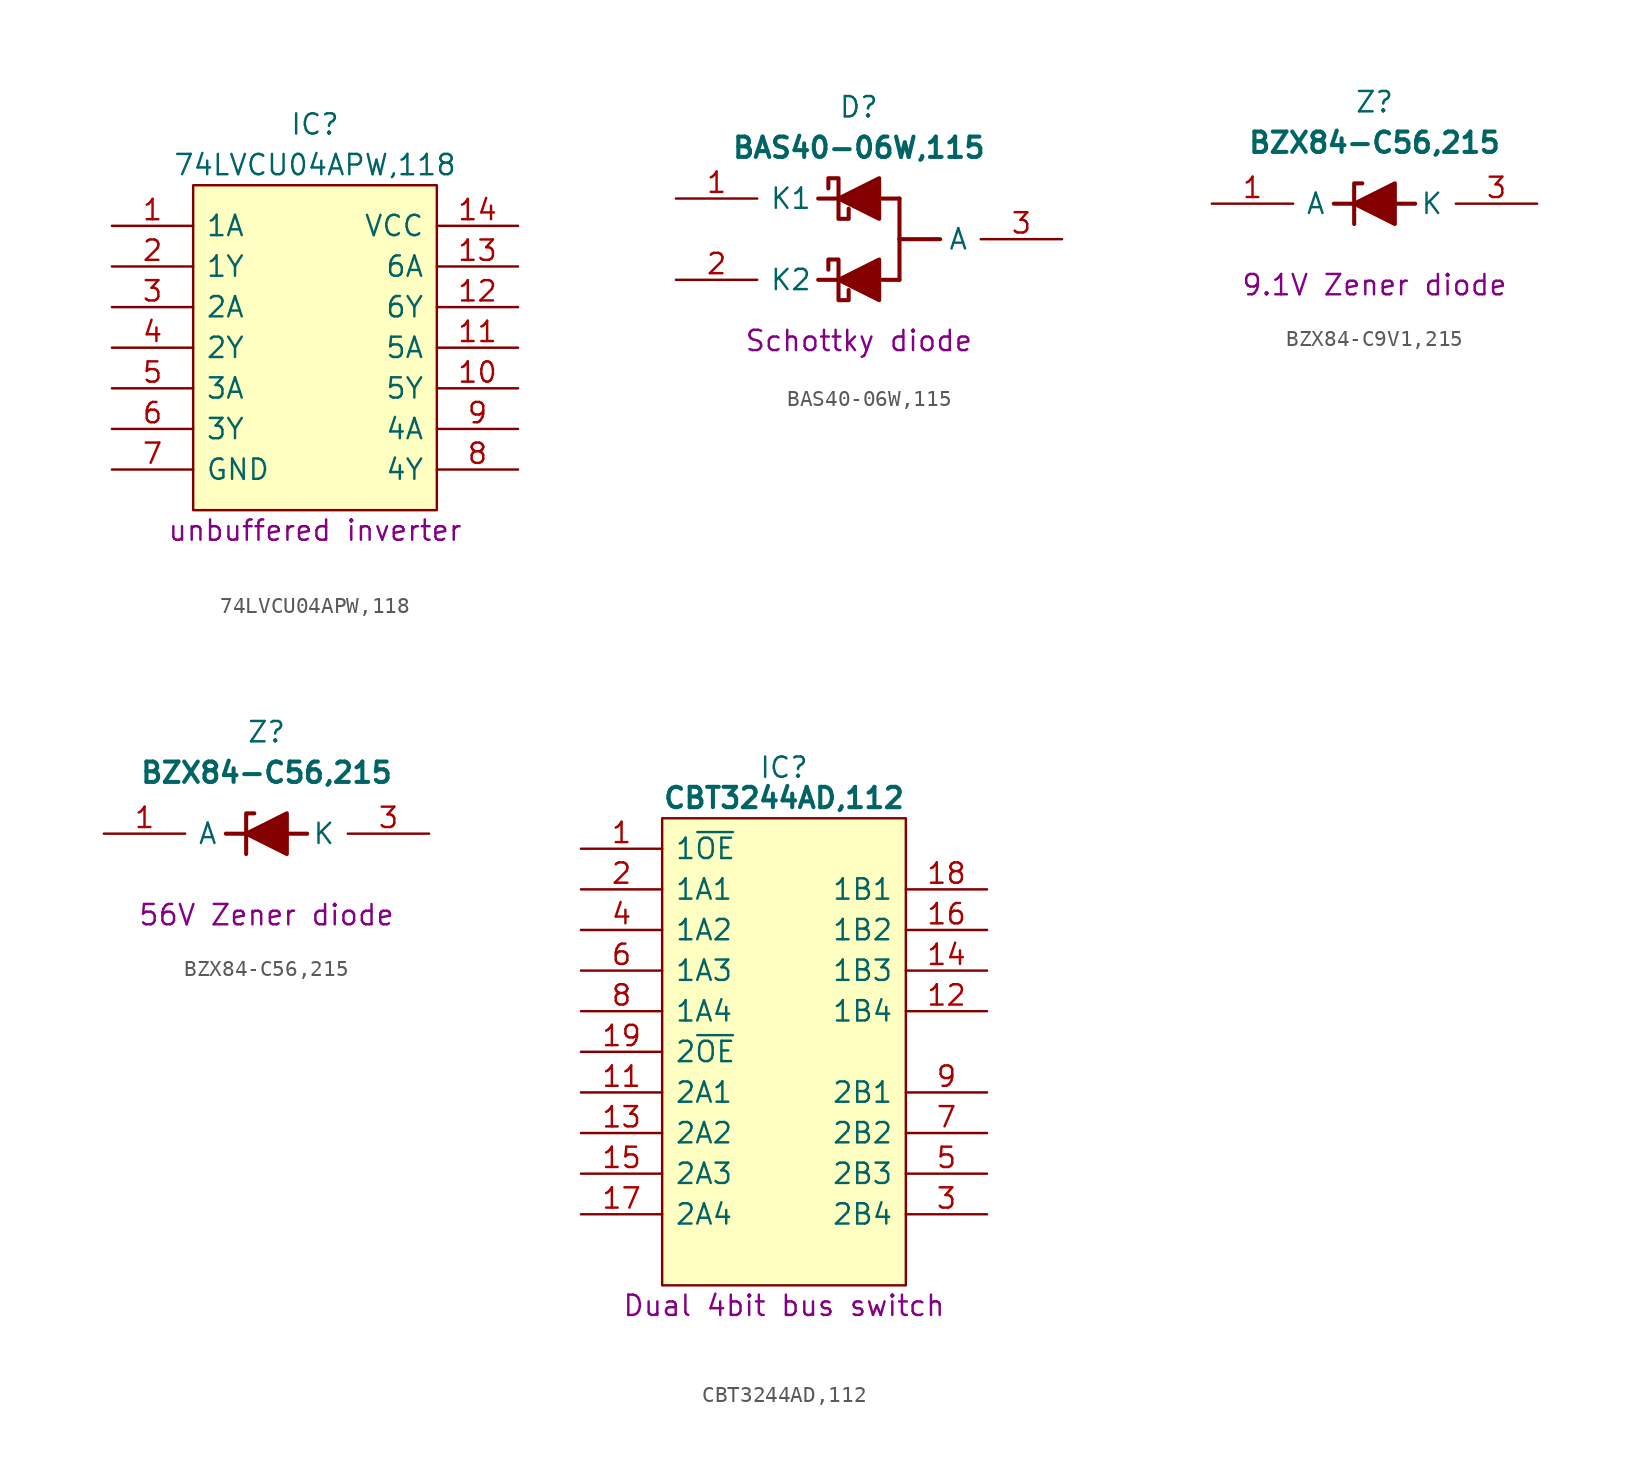
<source format=kicad_sym>
(kicad_symbol_lib
  (version 20231120)
  (generator "kicad_symbol_editor")
  (generator_version "8.0")
  (symbol "74LVCU04APW,118"
    (pin_names
      (offset 0.762))
    (property "Reference" "IC"
      (at 12.7 6.35 0)
      (effects (font (size 1.27 1.27))))
    (property "Value" "74LVCU04APW,118"
      (at 12.7 3.81 0)
      (effects (font (size 1.27 1.27))))
    (property "Description" "unbuffered inverter"
      (at 12.7 -19.05 0)
      (effects (font (size 1.27 1.27))))
    (symbol "74LVCU04APW,118_0_0"
      (pin passive line (at 0 0 0) (length 5.08) (name "1A" (effects (font (size 1.27 1.27)))) (number "1" (effects (font (size 1.27 1.27)))))
      (pin passive line (at 25.4 -10.16 180) (length 5.08) (name "5Y" (effects (font (size 1.27 1.27)))) (number "10" (effects (font (size 1.27 1.27)))))
      (pin passive line (at 25.4 -7.62 180) (length 5.08) (name "5A" (effects (font (size 1.27 1.27)))) (number "11" (effects (font (size 1.27 1.27)))))
      (pin passive line (at 25.4 -5.08 180) (length 5.08) (name "6Y" (effects (font (size 1.27 1.27)))) (number "12" (effects (font (size 1.27 1.27)))))
      (pin passive line (at 25.4 -2.54 180) (length 5.08) (name "6A" (effects (font (size 1.27 1.27)))) (number "13" (effects (font (size 1.27 1.27)))))
      (pin passive line (at 25.4 0 180) (length 5.08) (name "VCC" (effects (font (size 1.27 1.27)))) (number "14" (effects (font (size 1.27 1.27)))))
      (pin passive line (at 0 -2.54 0) (length 5.08) (name "1Y" (effects (font (size 1.27 1.27)))) (number "2" (effects (font (size 1.27 1.27)))))
      (pin passive line (at 0 -5.08 0) (length 5.08) (name "2A" (effects (font (size 1.27 1.27)))) (number "3" (effects (font (size 1.27 1.27)))))
      (pin passive line (at 0 -7.62 0) (length 5.08) (name "2Y" (effects (font (size 1.27 1.27)))) (number "4" (effects (font (size 1.27 1.27)))))
      (pin passive line (at 0 -10.16 0) (length 5.08) (name "3A" (effects (font (size 1.27 1.27)))) (number "5" (effects (font (size 1.27 1.27)))))
      (pin passive line (at 0 -12.7 0) (length 5.08) (name "3Y" (effects (font (size 1.27 1.27)))) (number "6" (effects (font (size 1.27 1.27)))))
      (pin passive line (at 0 -15.24 0) (length 5.08) (name "GND" (effects (font (size 1.27 1.27)))) (number "7" (effects (font (size 1.27 1.27)))))
      (pin passive line (at 25.4 -15.24 180) (length 5.08) (name "4Y" (effects (font (size 1.27 1.27)))) (number "8" (effects (font (size 1.27 1.27)))))
      (pin passive line (at 25.4 -12.7 180) (length 5.08) (name "4A" (effects (font (size 1.27 1.27)))) (number "9" (effects (font (size 1.27 1.27))))))
    (symbol "74LVCU04APW,118_0_1"
      (polyline (pts (xy 5.08 2.54) (xy 20.32 2.54) (xy 20.32 -17.78) (xy 5.08 -17.78) (xy 5.08 2.54)) (stroke (width 0.152) (type default)) (fill (type background)))))
  (symbol "BAS40-06W,115"
    (pin_names
      (offset 0.762))
    (property "Reference" "D"
      (at 2.54 -5.715 0)
      (effects (font (size 1.27 1.27))))
    (property "Value" "BAS40-06W,115"
      (at 2.54 -8.255 0)
      (effects (font (size 1.27 1.27) (thickness 0.254) (bold yes))))
    (property "Description" "Schottky diode"
      (at 2.54 -20.32 0)
      (effects (font (size 1.27 1.27))))
    (symbol "BAS40-06W,115_0_0"
      (pin passive line (at -8.89 -11.43 0) (length 5.08) (name "K1" (effects (font (size 1.27 1.27)))) (number "1" (effects (font (size 1.27 1.27)))))
      (pin passive line (at -8.89 -16.51 0) (length 5.08) (name "K2" (effects (font (size 1.27 1.27)))) (number "2" (effects (font (size 1.27 1.27))))))
    (symbol "BAS40-06W,115_0_1"
      (polyline (pts (xy 3.81 -16.51) (xy 1.27 -16.51)) (stroke (width 0) (type default)) (fill (type none)))
      (polyline (pts (xy 3.81 -11.43) (xy 1.27 -11.43)) (stroke (width 0) (type default)) (fill (type none)))
      (polyline (pts (xy 3.81 -15.24) (xy 3.81 -17.78) (xy 1.27 -16.51) (xy 3.81 -15.24)) (stroke (width 0.254) (type default)) (fill (type outline)))
      (polyline (pts (xy 3.81 -10.16) (xy 3.81 -12.7) (xy 1.27 -11.43) (xy 3.81 -10.16)) (stroke (width 0.254) (type default)) (fill (type outline)))
      (polyline (pts (xy 0.635 -15.875) (xy 0.635 -15.24) (xy 1.27 -15.24) (xy 1.27 -17.78) (xy 1.905 -17.78) (xy 1.905 -17.145)) (stroke (width 0.254) (type default)) (fill (type none)))
      (polyline (pts (xy 0.635 -10.795) (xy 0.635 -10.16) (xy 1.27 -10.16) (xy 1.27 -12.7) (xy 1.905 -12.7) (xy 1.905 -12.065)) (stroke (width 0.254) (type default)) (fill (type none))))
    (symbol "BAS40-06W,115_1_0"
      (pin passive line (at 15.24 -13.97 180) (length 5.08) (name "A" (effects (font (size 1.27 1.27)))) (number "3" (effects (font (size 1.27 1.27))))))
    (symbol "BAS40-06W,115_1_1"
      (polyline (pts (xy 1.27 -16.51) (xy 0 -16.51)) (stroke (width 0.254) (type default)) (fill (type none)))
      (polyline (pts (xy 1.27 -11.43) (xy 0 -11.43)) (stroke (width 0.254) (type default)) (fill (type none)))
      (polyline (pts (xy 5.08 -16.51) (xy 3.81 -16.51)) (stroke (width 0.254) (type default)) (fill (type none)))
      (polyline (pts (xy 5.08 -13.97) (xy 5.08 -16.51)) (stroke (width 0.254) (type default)) (fill (type none)))
      (polyline (pts (xy 5.08 -11.43) (xy 3.81 -11.43)) (stroke (width 0.254) (type default)) (fill (type none)))
      (polyline (pts (xy 5.08 -11.43) (xy 5.08 -13.97)) (stroke (width 0.254) (type default)) (fill (type none)))
      (polyline (pts (xy 7.62 -13.97) (xy 5.08 -13.97)) (stroke (width 0.254) (type default)) (fill (type none)))))
  (symbol "BZX84-C9V1,215"
    (pin_names
      (offset 0.762))
    (property "Reference" "Z"
      (at 10.16 6.35 0)
      (effects (font (size 1.27 1.27))))
    (property "Value" "BZX84-C56,215"
      (at 10.16 3.81 0)
      (effects (font (size 1.27 1.27) (thickness 0.254) (bold yes))))
    (property "Description" "9.1V Zener diode"
      (at 10.16 -5.08 0)
      (effects (font (size 1.27 1.27))))
    (symbol "BZX84-C9V1,215_0_0"
      (pin passive line (at 0 0 0) (length 5.08) (name "A" (effects (font (size 1.27 1.27)))) (number "1" (effects (font (size 1.27 1.27)))))
      (pin passive line (at 20.32 0 180) (length 5.08) (name "K" (effects (font (size 1.27 1.27)))) (number "3" (effects (font (size 1.27 1.27))))))
    (symbol "BZX84-C9V1,215_0_1"
      (polyline (pts (xy 11.43 0) (xy 8.89 0)) (stroke (width 0) (type default)) (fill (type none)))
      (polyline (pts (xy 8.89 -1.27) (xy 8.89 1.27) (xy 9.398 1.27)) (stroke (width 0.254) (type default)) (fill (type none)))
      (polyline (pts (xy 11.43 -1.27) (xy 11.43 1.27) (xy 8.89 0) (xy 11.43 -1.27)) (stroke (width 0.254) (type default)) (fill (type outline))))
    (symbol "BZX84-C9V1,215_1_0"
      (pin no_connect line (at 0 -2.54 0) (length 5.08) hide (name "N.C." (effects (font (size 1.27 1.27)))) (number "2" (effects (font (size 1.27 1.27))))))
    (symbol "BZX84-C9V1,215_1_1"
      (polyline (pts (xy 8.89 0) (xy 7.62 0)) (stroke (width 0.254) (type default)) (fill (type none)))
      (polyline (pts (xy 12.7 0) (xy 11.43 0)) (stroke (width 0.254) (type default)) (fill (type none)))))
  (symbol "BZX84-C56,215"
    (pin_names
      (offset 0.762))
    (property "Reference" "Z"
      (at 10.16 6.35 0)
      (effects (font (size 1.27 1.27))))
    (property "Value" "BZX84-C56,215"
      (at 10.16 3.81 0)
      (effects (font (size 1.27 1.27) (thickness 0.254) (bold yes))))
    (property "Description" "56V Zener diode"
      (at 10.16 -5.08 0)
      (effects (font (size 1.27 1.27))))
    (symbol "BZX84-C56,215_0_0"
      (pin passive line (at 0 0 0) (length 5.08) (name "A" (effects (font (size 1.27 1.27)))) (number "1" (effects (font (size 1.27 1.27)))))
      (pin passive line (at 20.32 0 180) (length 5.08) (name "K" (effects (font (size 1.27 1.27)))) (number "3" (effects (font (size 1.27 1.27))))))
    (symbol "BZX84-C56,215_0_1"
      (polyline (pts (xy 11.43 0) (xy 8.89 0)) (stroke (width 0) (type default)) (fill (type none)))
      (polyline (pts (xy 8.89 -1.27) (xy 8.89 1.27) (xy 9.398 1.27)) (stroke (width 0.254) (type default)) (fill (type none)))
      (polyline (pts (xy 11.43 -1.27) (xy 11.43 1.27) (xy 8.89 0) (xy 11.43 -1.27)) (stroke (width 0.254) (type default)) (fill (type outline))))
    (symbol "BZX84-C56,215_1_0"
      (pin no_connect line (at 0 -2.54 0) (length 5.08) hide (name "N.C." (effects (font (size 1.27 1.27)))) (number "2" (effects (font (size 1.27 1.27))))))
    (symbol "BZX84-C56,215_1_1"
      (polyline (pts (xy 8.89 0) (xy 7.62 0)) (stroke (width 0.254) (type default)) (fill (type none)))
      (polyline (pts (xy 12.7 0) (xy 11.43 0)) (stroke (width 0.254) (type default)) (fill (type none)))))
  (symbol "CBT3244AD,112"
    (pin_names
      (offset 0.762))
    (property "Reference" "IC"
      (at 12.7 5.08 0)
      (effects (font (size 1.27 1.27))))
    (property "Value" "CBT3244AD,112"
      (at 12.7 3.175 0)
      (effects (font (size 1.27 1.27) (bold yes))))
    (property "Description" "Dual 4bit bus switch"
      (at 12.7 -28.575 0)
      (effects (font (size 1.27 1.27))))
    (symbol "CBT3244AD,112_0_0"
      (pin input line (at 0 0 0) (length 5.08) (name "1~{OE}" (effects (font (size 1.27 1.27)))) (number "1" (effects (font (size 1.27 1.27)))))
      (pin passive line (at 0 -25.4 0) (length 5.08) hide (name "GND" (effects (font (size 1.27 1.27)))) (number "10" (effects (font (size 1.27 1.27)))))
      (pin passive line (at 0 -15.24 0) (length 5.08) (name "2A1" (effects (font (size 1.27 1.27)))) (number "11" (effects (font (size 1.27 1.27)))))
      (pin passive line (at 25.4 -10.16 180) (length 5.08) (name "1B4" (effects (font (size 1.27 1.27)))) (number "12" (effects (font (size 1.27 1.27)))))
      (pin passive line (at 0 -17.78 0) (length 5.08) (name "2A2" (effects (font (size 1.27 1.27)))) (number "13" (effects (font (size 1.27 1.27)))))
      (pin passive line (at 25.4 -7.62 180) (length 5.08) (name "1B3" (effects (font (size 1.27 1.27)))) (number "14" (effects (font (size 1.27 1.27)))))
      (pin passive line (at 0 -20.32 0) (length 5.08) (name "2A3" (effects (font (size 1.27 1.27)))) (number "15" (effects (font (size 1.27 1.27)))))
      (pin passive line (at 25.4 -5.08 180) (length 5.08) (name "1B2" (effects (font (size 1.27 1.27)))) (number "16" (effects (font (size 1.27 1.27)))))
      (pin passive line (at 0 -22.86 0) (length 5.08) (name "2A4" (effects (font (size 1.27 1.27)))) (number "17" (effects (font (size 1.27 1.27)))))
      (pin passive line (at 25.4 -2.54 180) (length 5.08) (name "1B1" (effects (font (size 1.27 1.27)))) (number "18" (effects (font (size 1.27 1.27)))))
      (pin input line (at 0 -12.7 0) (length 5.08) (name "2~{OE}" (effects (font (size 1.27 1.27)))) (number "19" (effects (font (size 1.27 1.27)))))
      (pin passive line (at 0 -2.54 0) (length 5.08) (name "1A1" (effects (font (size 1.27 1.27)))) (number "2" (effects (font (size 1.27 1.27)))))
      (pin passive line (at 25.4 0 180) (length 5.08) hide (name "5V" (effects (font (size 1.27 1.27)))) (number "20" (effects (font (size 1.27 1.27)))))
      (pin passive line (at 25.4 -22.86 180) (length 5.08) (name "2B4" (effects (font (size 1.27 1.27)))) (number "3" (effects (font (size 1.27 1.27)))))
      (pin passive line (at 0 -5.08 0) (length 5.08) (name "1A2" (effects (font (size 1.27 1.27)))) (number "4" (effects (font (size 1.27 1.27)))))
      (pin passive line (at 25.4 -20.32 180) (length 5.08) (name "2B3" (effects (font (size 1.27 1.27)))) (number "5" (effects (font (size 1.27 1.27)))))
      (pin passive line (at 0 -7.62 0) (length 5.08) (name "1A3" (effects (font (size 1.27 1.27)))) (number "6" (effects (font (size 1.27 1.27)))))
      (pin passive line (at 25.4 -17.78 180) (length 5.08) (name "2B2" (effects (font (size 1.27 1.27)))) (number "7" (effects (font (size 1.27 1.27)))))
      (pin passive line (at 0 -10.16 0) (length 5.08) (name "1A4" (effects (font (size 1.27 1.27)))) (number "8" (effects (font (size 1.27 1.27)))))
      (pin passive line (at 25.4 -15.24 180) (length 5.08) (name "2B1" (effects (font (size 1.27 1.27)))) (number "9" (effects (font (size 1.27 1.27))))))
    (symbol "CBT3244AD,112_0_1"
      (polyline (pts (xy 5.08 1.905) (xy 20.32 1.905) (xy 20.32 -27.305) (xy 5.08 -27.305) (xy 5.08 1.905)) (stroke (width 0.152) (type default)) (fill (type background))))))
</source>
